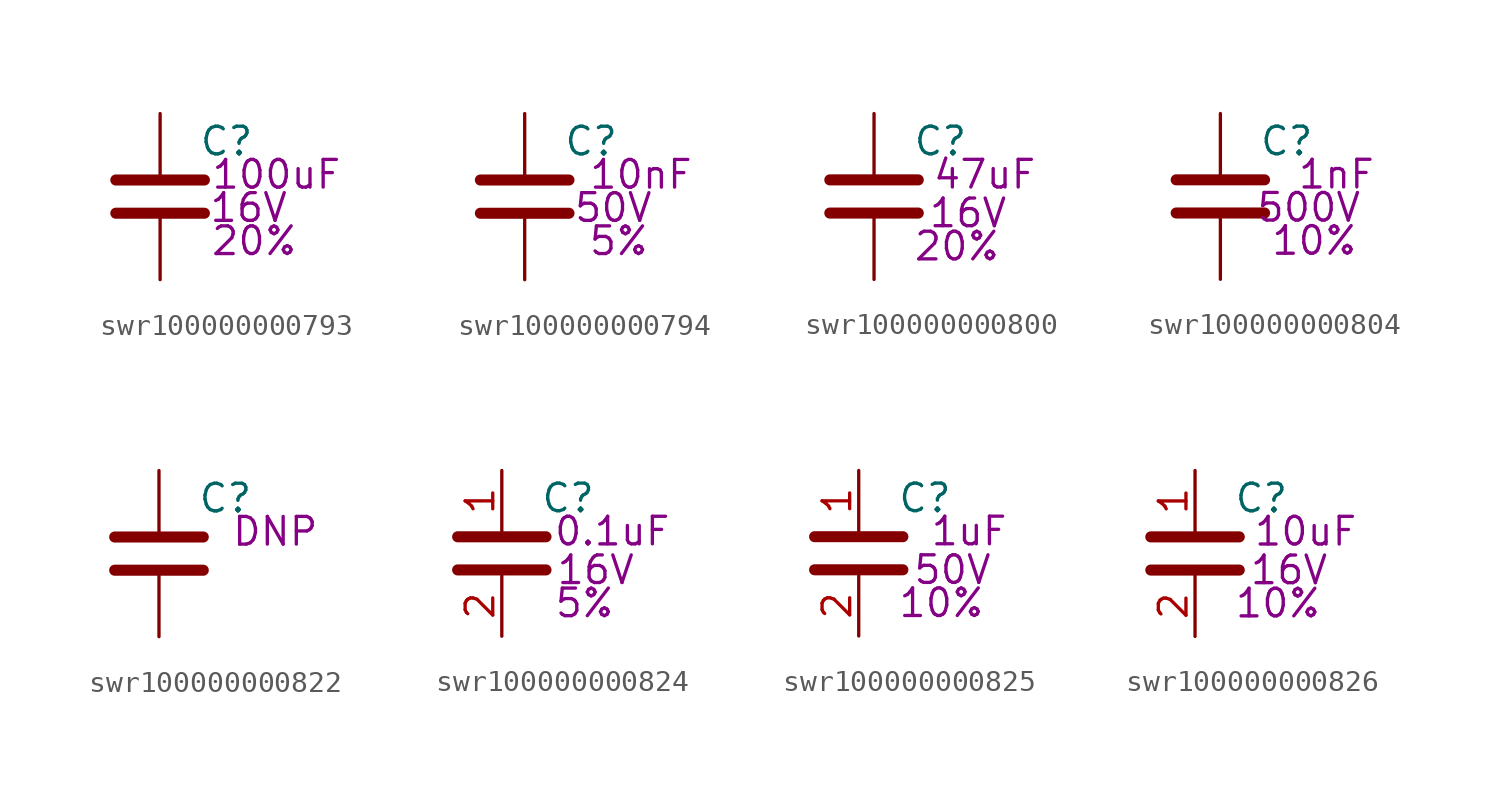
<source format=kicad_sym>
(kicad_symbol_lib
  (version 20220914)
  (generator kicad_symbol_editor)
  (symbol "swr100000000793"
    (pin_numbers hide)
    (pin_names
      (offset 1.016))
    (property "Reference" "C"
      (at 3.048 2.54 0)
      (effects (font (size 1.27 1.27))))
    (property "PartNumber" "100uF"
      (at 5.334 1.016 0)
      (effects (font (size 1.27 1.27))))
    (property "Tolerance" "20%"
      (at 4.318 -2.032 0)
      (effects (font (size 1.27 1.27))))
    (property "Voltage" "16V"
      (at 4.064 -0.508 0)
      (effects (font (size 1.27 1.27))))
    (symbol "swr100000000793_1_1"
      (polyline (pts (xy -2.032 -0.762) (xy 2.032 -0.762)) (stroke (width 0.508) (type default)) (fill (type none)))
      (polyline (pts (xy -2.032 0.762) (xy 2.032 0.762)) (stroke (width 0.508) (type default)) (fill (type none)))
      (pin passive line (at 0 3.81 270) (length 2.794) (name "~" (effects (font (size 1.27 1.27)))) (number "1" (effects (font (size 1.27 1.27)))))
      (pin passive line (at 0 -3.81 90) (length 2.794) (name "~" (effects (font (size 1.27 1.27)))) (number "2" (effects (font (size 1.27 1.27)))))))
  (symbol "swr100000000794"
    (pin_numbers hide)
    (pin_names
      (offset 1.016))
    (property "Reference" "C"
      (at 3.048 2.54 0)
      (effects (font (size 1.27 1.27))))
    (property "PartNumber" "10nF"
      (at 5.334 1.016 0)
      (effects (font (size 1.27 1.27))))
    (property "Tolerance" "5%"
      (at 4.318 -2.032 0)
      (effects (font (size 1.27 1.27))))
    (property "Voltage" "50V"
      (at 4.064 -0.508 0)
      (effects (font (size 1.27 1.27))))
    (symbol "swr100000000794_1_1"
      (polyline (pts (xy -2.032 -0.762) (xy 2.032 -0.762)) (stroke (width 0.508) (type default)) (fill (type none)))
      (polyline (pts (xy -2.032 0.762) (xy 2.032 0.762)) (stroke (width 0.508) (type default)) (fill (type none)))
      (pin passive line (at 0 3.81 270) (length 2.794) (name "~" (effects (font (size 1.27 1.27)))) (number "1" (effects (font (size 1.27 1.27)))))
      (pin passive line (at 0 -3.81 90) (length 2.794) (name "~" (effects (font (size 1.27 1.27)))) (number "2" (effects (font (size 1.27 1.27)))))))
  (symbol "swr100000000800"
    (pin_numbers hide)
    (pin_names
      (offset 1.016))
    (property "Reference" "C"
      (at 3.048 2.54 0)
      (effects (font (size 1.27 1.27))))
    (property "PartValue" "47uF"
      (at 5.08 1.016 0)
      (effects (font (size 1.27 1.27))))
    (property "Voltage" "16V"
      (at 4.318 -0.762 0)
      (effects (font (size 1.27 1.27))))
    (property "Tolerance" "20%"
      (at 3.81 -2.286 0)
      (effects (font (size 1.27 1.27))))
    (symbol "swr100000000800_1_1"
      (polyline (pts (xy -2.032 -0.762) (xy 2.032 -0.762)) (stroke (width 0.508) (type default)) (fill (type none)))
      (polyline (pts (xy -2.032 0.762) (xy 2.032 0.762)) (stroke (width 0.508) (type default)) (fill (type none)))
      (pin passive line (at 0 3.81 270) (length 2.794) (name "~" (effects (font (size 1.27 1.27)))) (number "1" (effects (font (size 1.27 1.27)))))
      (pin passive line (at 0 -3.81 90) (length 2.794) (name "~" (effects (font (size 1.27 1.27)))) (number "2" (effects (font (size 1.27 1.27)))))))
  (symbol "swr100000000804"
    (pin_numbers hide)
    (pin_names
      (offset 1.016))
    (property "Reference" "C"
      (at 3.048 2.54 0)
      (effects (font (size 1.27 1.27))))
    (property "PartNumber" "1nF"
      (at 5.334 1.016 0)
      (effects (font (size 1.27 1.27))))
    (property "Tolerance" "10%"
      (at 4.318 -2.032 0)
      (effects (font (size 1.27 1.27))))
    (property "Voltage" "500V"
      (at 4.064 -0.508 0)
      (effects (font (size 1.27 1.27))))
    (symbol "swr100000000804_1_1"
      (polyline (pts (xy -2.032 -0.762) (xy 2.032 -0.762)) (stroke (width 0.508) (type default)) (fill (type none)))
      (polyline (pts (xy -2.032 0.762) (xy 2.032 0.762)) (stroke (width 0.508) (type default)) (fill (type none)))
      (pin passive line (at 0 3.81 270) (length 2.794) (name "~" (effects (font (size 1.27 1.27)))) (number "1" (effects (font (size 1.27 1.27)))))
      (pin passive line (at 0 -3.81 90) (length 2.794) (name "~" (effects (font (size 1.27 1.27)))) (number "2" (effects (font (size 1.27 1.27)))))))
  (symbol "swr100000000822"
    (pin_numbers hide)
    (pin_names
      (offset 1.016))
    (property "Reference" "C"
      (at 3.048 2.54 0)
      (effects (font (size 1.27 1.27))))
    (property "PartNumber" "DNP"
      (at 5.334 1.016 0)
      (effects (font (size 1.27 1.27))))
    (symbol "swr100000000822_1_1"
      (polyline (pts (xy -2.032 -0.762) (xy 2.032 -0.762)) (stroke (width 0.508) (type default)) (fill (type none)))
      (polyline (pts (xy -2.032 0.762) (xy 2.032 0.762)) (stroke (width 0.508) (type default)) (fill (type none)))
      (pin passive line (at 0 3.81 270) (length 2.794) (name "~" (effects (font (size 1.27 1.27)))) (number "1" (effects (font (size 1.27 1.27)))))
      (pin passive line (at 0 -3.81 90) (length 2.794) (name "~" (effects (font (size 1.27 1.27)))) (number "2" (effects (font (size 1.27 1.27)))))))
  (symbol "swr100000000824"
    (pin_names
      (offset 1.016))
    (property "Reference" "C"
      (at 3.048 2.54 0)
      (effects (font (size 1.27 1.27))))
    (property "PartValue" "0.1uF"
      (at 5.08 1.016 0)
      (effects (font (size 1.27 1.27))))
    (property "Voltage" "16V"
      (at 4.318 -0.762 0)
      (effects (font (size 1.27 1.27))))
    (property "Tolerance" "5%"
      (at 3.81 -2.286 0)
      (effects (font (size 1.27 1.27))))
    (symbol "swr100000000824_1_1"
      (polyline (pts (xy -2.032 -0.762) (xy 2.032 -0.762)) (stroke (width 0.508) (type default)) (fill (type none)))
      (polyline (pts (xy -2.032 0.762) (xy 2.032 0.762)) (stroke (width 0.508) (type default)) (fill (type none)))
      (pin passive line (at 0 3.81 270) (length 2.794) (name "~" (effects (font (size 1.27 1.27)))) (number "1" (effects (font (size 1.27 1.27)))))
      (pin passive line (at 0 -3.81 90) (length 2.794) (name "~" (effects (font (size 1.27 1.27)))) (number "2" (effects (font (size 1.27 1.27)))))))
  (symbol "swr100000000825"
    (pin_names
      (offset 1.016))
    (property "Reference" "C"
      (at 3.048 2.54 0)
      (effects (font (size 1.27 1.27))))
    (property "PartValue" "1uF"
      (at 5.08 1.016 0)
      (effects (font (size 1.27 1.27))))
    (property "Voltage" "50V"
      (at 4.318 -0.762 0)
      (effects (font (size 1.27 1.27))))
    (property "Tolerance" "10%"
      (at 3.81 -2.286 0)
      (effects (font (size 1.27 1.27))))
    (symbol "swr100000000825_1_1"
      (polyline (pts (xy -2.032 -0.762) (xy 2.032 -0.762)) (stroke (width 0.508) (type default)) (fill (type none)))
      (polyline (pts (xy -2.032 0.762) (xy 2.032 0.762)) (stroke (width 0.508) (type default)) (fill (type none)))
      (pin passive line (at 0 3.81 270) (length 2.794) (name "~" (effects (font (size 1.27 1.27)))) (number "1" (effects (font (size 1.27 1.27)))))
      (pin passive line (at 0 -3.81 90) (length 2.794) (name "~" (effects (font (size 1.27 1.27)))) (number "2" (effects (font (size 1.27 1.27)))))))
  (symbol "swr100000000826"
    (pin_names
      (offset 1.016))
    (property "Reference" "C"
      (at 3.048 2.54 0)
      (effects (font (size 1.27 1.27))))
    (property "PartValue" "10uF"
      (at 5.08 1.016 0)
      (effects (font (size 1.27 1.27))))
    (property "Voltage" "16V"
      (at 4.318 -0.762 0)
      (effects (font (size 1.27 1.27))))
    (property "Tolerance" "10%"
      (at 3.81 -2.286 0)
      (effects (font (size 1.27 1.27))))
    (symbol "swr100000000826_1_1"
      (polyline (pts (xy -2.032 -0.762) (xy 2.032 -0.762)) (stroke (width 0.508) (type default)) (fill (type none)))
      (polyline (pts (xy -2.032 0.762) (xy 2.032 0.762)) (stroke (width 0.508) (type default)) (fill (type none)))
      (pin passive line (at 0 3.81 270) (length 2.794) (name "~" (effects (font (size 1.27 1.27)))) (number "1" (effects (font (size 1.27 1.27)))))
      (pin passive line (at 0 -3.81 90) (length 2.794) (name "~" (effects (font (size 1.27 1.27)))) (number "2" (effects (font (size 1.27 1.27))))))))
</source>
